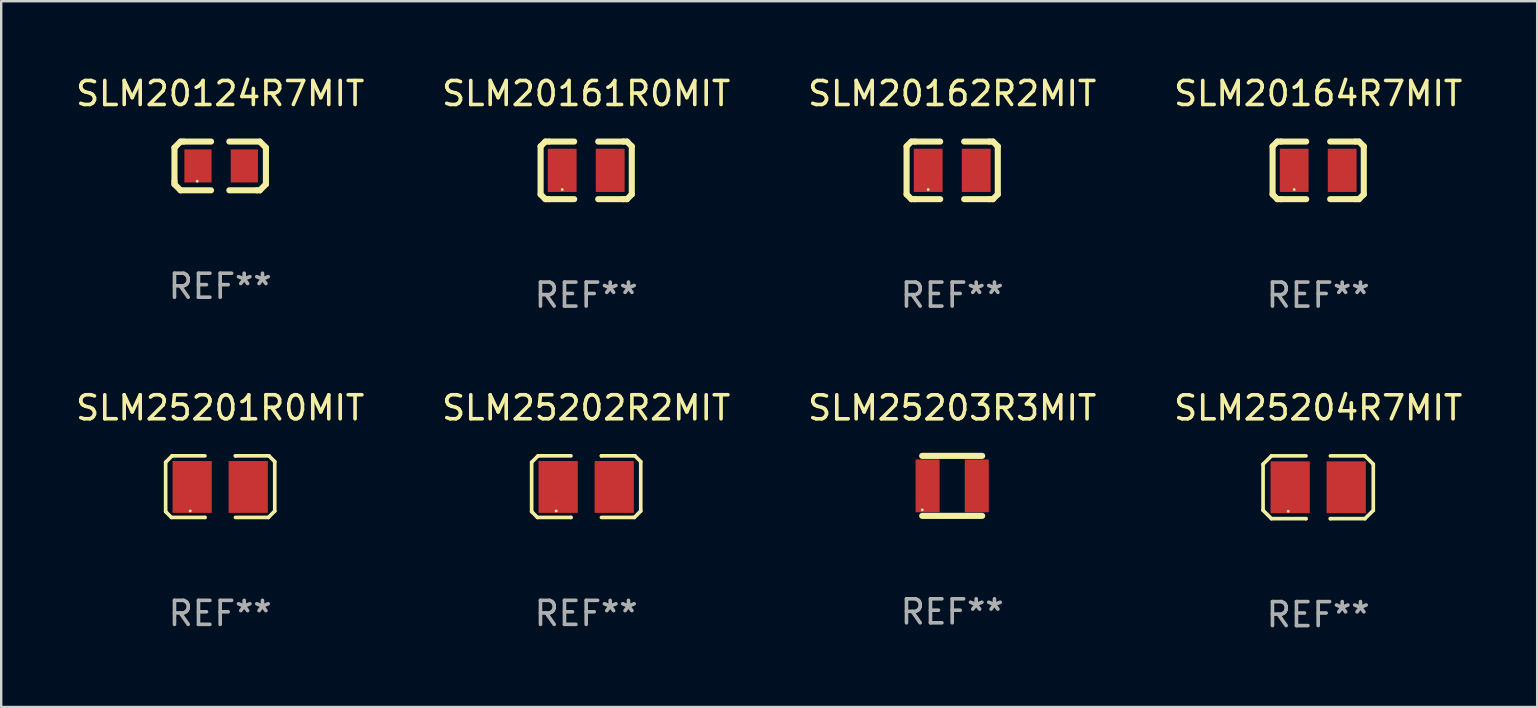
<source format=kicad_pcb>
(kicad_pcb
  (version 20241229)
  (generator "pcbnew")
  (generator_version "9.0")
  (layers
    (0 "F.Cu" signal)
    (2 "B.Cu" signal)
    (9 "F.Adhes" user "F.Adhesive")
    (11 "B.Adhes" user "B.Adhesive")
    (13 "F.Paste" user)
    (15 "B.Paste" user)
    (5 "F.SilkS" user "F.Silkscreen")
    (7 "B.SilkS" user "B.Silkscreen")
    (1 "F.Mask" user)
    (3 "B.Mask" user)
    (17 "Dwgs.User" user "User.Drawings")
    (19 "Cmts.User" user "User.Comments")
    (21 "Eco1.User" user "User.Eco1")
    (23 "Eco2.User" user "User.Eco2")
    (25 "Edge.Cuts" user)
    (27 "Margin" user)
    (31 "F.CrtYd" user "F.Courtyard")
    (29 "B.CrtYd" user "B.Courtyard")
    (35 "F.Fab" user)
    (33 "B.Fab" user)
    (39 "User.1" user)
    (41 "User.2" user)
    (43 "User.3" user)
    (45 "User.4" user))
  (footprint "SLM25201R0MIT"
    (layer "F.Cu")
    (at 6.125 17.227)
    (property "Reference" "SLM25201R0MIT" (at 0 -3.283 0) (layer "F.SilkS") (effects (font (size 1 1) (thickness 0.15))))
    (attr through_hole)
    (fp_line (start -2.273 -1.016) (end -2.007 -1.283) (stroke (width 0.152) (type solid)) (layer "F.SilkS"))
    (fp_line (start -2.273 1.041) (end -2.273 -1.016) (stroke (width 0.152) (type solid)) (layer "F.SilkS"))
    (fp_line (start -2.032 1.283) (end -2.273 1.041) (stroke (width 0.152) (type solid)) (layer "F.SilkS"))
    (fp_line (start -2.007 -1.283) (end -0.635 -1.283) (stroke (width 0.152) (type solid)) (layer "F.SilkS"))
    (fp_line (start -0.635 1.283) (end -2.032 1.283) (stroke (width 0.152) (type solid)) (layer "F.SilkS"))
    (fp_line (start -0.635 1.283) (end -0.635 1.283) (stroke (width 0.152) (type solid)) (layer "F.SilkS"))
    (fp_line (start 0.635 -1.283) (end 0.635 -1.283) (stroke (width 0.152) (type solid)) (layer "F.SilkS"))
    (fp_line (start 0.635 -1.283) (end 2.032 -1.283) (stroke (width 0.152) (type solid)) (layer "F.SilkS"))
    (fp_line (start 2.007 1.283) (end 0.635 1.283) (stroke (width 0.152) (type solid)) (layer "F.SilkS"))
    (fp_line (start 2.032 -1.283) (end 2.273 -1.041) (stroke (width 0.152) (type solid)) (layer "F.SilkS"))
    (fp_line (start 2.273 -1.041) (end 2.273 1.016) (stroke (width 0.152) (type solid)) (layer "F.SilkS"))
    (fp_line (start 2.273 1.016) (end 2.007 1.283) (stroke (width 0.152) (type solid)) (layer "F.SilkS"))
    (fp_circle (center -1.25 1.013) (end -1.22 1.013) (stroke (width 0.06) (type solid)) (fill no) (layer "F.SilkS"))
    (fp_text user "REF**" (at 0 5.283 0) (layer "F.Fab") (effects (font (size 1 1) (thickness 0.15))))
    (pad "1" smd rect (at -1.167 0.013) (size 1.635 2.16) (layers "F.Cu" "F.Mask" "F.Paste"))
    (pad "2" smd rect (at 1.168 0.013) (size 1.635 2.16) (layers "F.Cu" "F.Mask" "F.Paste")))
  (footprint "SLM25204R7MIT"
    (layer "F.Cu")
    (at 51.875 17.253)
    (property "Reference" "SLM25204R7MIT" (at 0 -3.308 0) (layer "F.SilkS") (effects (font (size 1 1) (thickness 0.15))))
    (attr through_hole)
    (fp_line (start -2.296 -0.96) (end -1.948 -1.308) (stroke (width 0.152) (type solid)) (layer "F.SilkS"))
    (fp_line (start -2.296 0.96) (end -2.296 -0.96) (stroke (width 0.152) (type solid)) (layer "F.SilkS"))
    (fp_line (start -1.948 -1.308) (end -0.508 -1.308) (stroke (width 0.152) (type solid)) (layer "F.SilkS"))
    (fp_line (start -1.948 1.308) (end -2.296 0.96) (stroke (width 0.152) (type solid)) (layer "F.SilkS"))
    (fp_line (start -0.508 1.308) (end -1.948 1.308) (stroke (width 0.152) (type solid)) (layer "F.SilkS"))
    (fp_line (start -0.508 1.308) (end -0.508 1.308) (stroke (width 0.152) (type solid)) (layer "F.SilkS"))
    (fp_line (start 0.508 1.308) (end 0.508 1.308) (stroke (width 0.152) (type solid)) (layer "F.SilkS"))
    (fp_line (start 0.508 1.308) (end 1.948 1.308) (stroke (width 0.152) (type solid)) (layer "F.SilkS"))
    (fp_line (start 1.948 -1.308) (end 0.508 -1.308) (stroke (width 0.152) (type solid)) (layer "F.SilkS"))
    (fp_line (start 1.948 1.308) (end 2.296 0.963) (stroke (width 0.152) (type solid)) (layer "F.SilkS"))
    (fp_line (start 2.296 -0.963) (end 1.948 -1.308) (stroke (width 0.152) (type solid)) (layer "F.SilkS"))
    (fp_line (start 2.296 0.963) (end 2.296 -0.963) (stroke (width 0.152) (type solid)) (layer "F.SilkS"))
    (fp_circle (center -1.25 1) (end -1.22 1) (stroke (width 0.06) (type solid)) (fill no) (layer "F.SilkS"))
    (fp_text user "REF**" (at 0 5.308 0) (layer "F.Fab") (effects (font (size 1 1) (thickness 0.15))))
    (pad "1" smd rect (at -1.168 0.000025) (size 1.635 2.16) (layers "F.Cu" "F.Mask" "F.Paste"))
    (pad "2" smd rect (at 1.168 0.000025) (size 1.635 2.16) (layers "F.Cu" "F.Mask" "F.Paste")))
  (footprint "SLM20164R7MIT"
    (layer "F.Cu")
    (at 51.875 4.048)
    (property "Reference" "SLM20164R7MIT" (at 0 -3.2 0) (layer "F.SilkS") (effects (font (size 1 1) (thickness 0.15))))
    (attr through_hole)
    (fp_line (start -1.9 -1) (end -1.9 1) (stroke (width 0.254) (type solid)) (layer "F.SilkS"))
    (fp_line (start -1.7 -1.2) (end -1.9 -1) (stroke (width 0.254) (type solid)) (layer "F.SilkS"))
    (fp_line (start -1.7 1.2) (end -1.9 1) (stroke (width 0.254) (type solid)) (layer "F.SilkS"))
    (fp_line (start -1.55 -1.2) (end -1.7 -1.2) (stroke (width 0.254) (type solid)) (layer "F.SilkS"))
    (fp_line (start -1.55 1.2) (end -1.7 1.2) (stroke (width 0.254) (type solid)) (layer "F.SilkS"))
    (fp_line (start -0.5 -1.2) (end -1.55 -1.2) (stroke (width 0.254) (type solid)) (layer "F.SilkS"))
    (fp_line (start -0.5 1.2) (end -1.55 1.2) (stroke (width 0.254) (type solid)) (layer "F.SilkS"))
    (fp_line (start 0.5 -1.2) (end 1.55 -1.2) (stroke (width 0.254) (type solid)) (layer "F.SilkS"))
    (fp_line (start 0.5 1.2) (end 1.55 1.2) (stroke (width 0.254) (type solid)) (layer "F.SilkS"))
    (fp_line (start 1.55 -1.2) (end 1.7 -1.2) (stroke (width 0.254) (type solid)) (layer "F.SilkS"))
    (fp_line (start 1.55 1.2) (end 1.7 1.2) (stroke (width 0.254) (type solid)) (layer "F.SilkS"))
    (fp_line (start 1.7 -1.2) (end 1.9 -1) (stroke (width 0.254) (type solid)) (layer "F.SilkS"))
    (fp_line (start 1.7 1.2) (end 1.9 1) (stroke (width 0.254) (type solid)) (layer "F.SilkS"))
    (fp_line (start 1.9 -1) (end 1.9 1) (stroke (width 0.254) (type solid)) (layer "F.SilkS"))
    (fp_circle (center -1 0.8) (end -0.97 0.8) (stroke (width 0.06) (type solid)) (fill no) (layer "F.SilkS"))
    (fp_text user "REF**" (at 0 5.2 0) (layer "F.Fab") (effects (font (size 1 1) (thickness 0.15))))
    (pad "1" smd rect (at -1 0) (size 1.2 1.8) (layers "F.Cu" "F.Mask" "F.Paste"))
    (pad "2" smd rect (at 1 0) (size 1.2 1.8) (layers "F.Cu" "F.Mask" "F.Paste")))
  (footprint "SLM25203R3MIT"
    (layer "F.Cu")
    (at 36.625 17.195)
    (property "Reference" "SLM25203R3MIT" (at 0 -3.25 0) (layer "F.SilkS") (effects (font (size 1 1) (thickness 0.15))))
    (attr through_hole)
    (fp_line (start -1.25 -1.25) (end 1.25 -1.25) (stroke (width 0.254) (type solid)) (layer "F.SilkS"))
    (fp_line (start -1.25 1.25) (end 1.25 1.25) (stroke (width 0.254) (type solid)) (layer "F.SilkS"))
    (fp_circle (center -1.25 1) (end -1.22 1) (stroke (width 0.06) (type solid)) (fill no) (layer "F.SilkS"))
    (fp_text user "REF**" (at 0 5.25 0) (layer "F.Fab") (effects (font (size 1 1) (thickness 0.15))))
    (pad "1" smd rect (at -1.025 0) (size 1 2.2) (layers "F.Cu" "F.Mask" "F.Paste"))
    (pad "2" smd rect (at 1.025 0) (size 1 2.2) (layers "F.Cu" "F.Mask" "F.Paste")))
  (footprint "SLM20162R2MIT"
    (layer "F.Cu")
    (at 36.625 4.048)
    (property "Reference" "SLM20162R2MIT" (at 0 -3.2 0) (layer "F.SilkS") (effects (font (size 1 1) (thickness 0.15))))
    (attr through_hole)
    (fp_line (start -1.9 -1) (end -1.9 1) (stroke (width 0.254) (type solid)) (layer "F.SilkS"))
    (fp_line (start -1.7 -1.2) (end -1.9 -1) (stroke (width 0.254) (type solid)) (layer "F.SilkS"))
    (fp_line (start -1.7 1.2) (end -1.9 1) (stroke (width 0.254) (type solid)) (layer "F.SilkS"))
    (fp_line (start -1.55 -1.2) (end -1.7 -1.2) (stroke (width 0.254) (type solid)) (layer "F.SilkS"))
    (fp_line (start -1.55 1.2) (end -1.7 1.2) (stroke (width 0.254) (type solid)) (layer "F.SilkS"))
    (fp_line (start -0.5 -1.2) (end -1.55 -1.2) (stroke (width 0.254) (type solid)) (layer "F.SilkS"))
    (fp_line (start -0.5 1.2) (end -1.55 1.2) (stroke (width 0.254) (type solid)) (layer "F.SilkS"))
    (fp_line (start 0.5 -1.2) (end 1.55 -1.2) (stroke (width 0.254) (type solid)) (layer "F.SilkS"))
    (fp_line (start 0.5 1.2) (end 1.55 1.2) (stroke (width 0.254) (type solid)) (layer "F.SilkS"))
    (fp_line (start 1.55 -1.2) (end 1.7 -1.2) (stroke (width 0.254) (type solid)) (layer "F.SilkS"))
    (fp_line (start 1.55 1.2) (end 1.7 1.2) (stroke (width 0.254) (type solid)) (layer "F.SilkS"))
    (fp_line (start 1.7 -1.2) (end 1.9 -1) (stroke (width 0.254) (type solid)) (layer "F.SilkS"))
    (fp_line (start 1.7 1.2) (end 1.9 1) (stroke (width 0.254) (type solid)) (layer "F.SilkS"))
    (fp_line (start 1.9 -1) (end 1.9 1) (stroke (width 0.254) (type solid)) (layer "F.SilkS"))
    (fp_circle (center -1 0.8) (end -0.97 0.8) (stroke (width 0.06) (type solid)) (fill no) (layer "F.SilkS"))
    (fp_text user "REF**" (at 0 5.2 0) (layer "F.Fab") (effects (font (size 1 1) (thickness 0.15))))
    (pad "1" smd rect (at -1 0) (size 1.2 1.8) (layers "F.Cu" "F.Mask" "F.Paste"))
    (pad "2" smd rect (at 1 0) (size 1.2 1.8) (layers "F.Cu" "F.Mask" "F.Paste")))
  (footprint "SLM25202R2MIT"
    (layer "F.Cu")
    (at 21.375 17.227)
    (property "Reference" "SLM25202R2MIT" (at 0 -3.283 0) (layer "F.SilkS") (effects (font (size 1 1) (thickness 0.15))))
    (attr through_hole)
    (fp_line (start -2.273 -1.016) (end -2.007 -1.283) (stroke (width 0.152) (type solid)) (layer "F.SilkS"))
    (fp_line (start -2.273 1.041) (end -2.273 -1.016) (stroke (width 0.152) (type solid)) (layer "F.SilkS"))
    (fp_line (start -2.032 1.283) (end -2.273 1.041) (stroke (width 0.152) (type solid)) (layer "F.SilkS"))
    (fp_line (start -2.007 -1.283) (end -0.635 -1.283) (stroke (width 0.152) (type solid)) (layer "F.SilkS"))
    (fp_line (start -0.635 1.283) (end -2.032 1.283) (stroke (width 0.152) (type solid)) (layer "F.SilkS"))
    (fp_line (start -0.635 1.283) (end -0.635 1.283) (stroke (width 0.152) (type solid)) (layer "F.SilkS"))
    (fp_line (start 0.635 -1.283) (end 0.635 -1.283) (stroke (width 0.152) (type solid)) (layer "F.SilkS"))
    (fp_line (start 0.635 -1.283) (end 2.032 -1.283) (stroke (width 0.152) (type solid)) (layer "F.SilkS"))
    (fp_line (start 2.007 1.283) (end 0.635 1.283) (stroke (width 0.152) (type solid)) (layer "F.SilkS"))
    (fp_line (start 2.032 -1.283) (end 2.273 -1.041) (stroke (width 0.152) (type solid)) (layer "F.SilkS"))
    (fp_line (start 2.273 -1.041) (end 2.273 1.016) (stroke (width 0.152) (type solid)) (layer "F.SilkS"))
    (fp_line (start 2.273 1.016) (end 2.007 1.283) (stroke (width 0.152) (type solid)) (layer "F.SilkS"))
    (fp_circle (center -1.25 1.013) (end -1.22 1.013) (stroke (width 0.06) (type solid)) (fill no) (layer "F.SilkS"))
    (fp_text user "REF**" (at 0 5.283 0) (layer "F.Fab") (effects (font (size 1 1) (thickness 0.15))))
    (pad "1" smd rect (at -1.167 0.013) (size 1.635 2.16) (layers "F.Cu" "F.Mask" "F.Paste"))
    (pad "2" smd rect (at 1.168 0.013) (size 1.635 2.16) (layers "F.Cu" "F.Mask" "F.Paste")))
  (footprint "SLM20124R7MIT"
    (layer "F.Cu")
    (at 6.125 3.864)
    (property "Reference" "SLM20124R7MIT" (at 0 -3.016 0) (layer "F.SilkS") (effects (font (size 1 1) (thickness 0.15))))
    (attr through_hole)
    (fp_line (start -1.905 -0.762) (end -1.905 0.635) (stroke (width 0.254) (type solid)) (layer "F.SilkS"))
    (fp_line (start -1.905 0.635) (end -1.905 0.762) (stroke (width 0.254) (type solid)) (layer "F.SilkS"))
    (fp_line (start -1.905 0.762) (end -1.651 1.016) (stroke (width 0.254) (type solid)) (layer "F.SilkS"))
    (fp_line (start -1.651 -1.016) (end -1.905 -0.762) (stroke (width 0.254) (type solid)) (layer "F.SilkS"))
    (fp_line (start -1.651 1.016) (end -0.381 1.016) (stroke (width 0.254) (type solid)) (layer "F.SilkS"))
    (fp_line (start -1.524 -1.016) (end -1.651 -1.016) (stroke (width 0.254) (type solid)) (layer "F.SilkS"))
    (fp_line (start -0.381 -1.016) (end -1.524 -1.016) (stroke (width 0.254) (type solid)) (layer "F.SilkS"))
    (fp_line (start 0.381 1.016) (end 1.524 1.016) (stroke (width 0.254) (type solid)) (layer "F.SilkS"))
    (fp_line (start 1.524 1.016) (end 1.651 1.016) (stroke (width 0.254) (type solid)) (layer "F.SilkS"))
    (fp_line (start 1.651 -1.016) (end 0.381 -1.016) (stroke (width 0.254) (type solid)) (layer "F.SilkS"))
    (fp_line (start 1.651 1.016) (end 1.905 0.762) (stroke (width 0.254) (type solid)) (layer "F.SilkS"))
    (fp_line (start 1.905 -0.762) (end 1.651 -1.016) (stroke (width 0.254) (type solid)) (layer "F.SilkS"))
    (fp_line (start 1.905 -0.635) (end 1.905 -0.762) (stroke (width 0.254) (type solid)) (layer "F.SilkS"))
    (fp_line (start 1.905 0.762) (end 1.905 -0.635) (stroke (width 0.254) (type solid)) (layer "F.SilkS"))
    (fp_circle (center -0.96 0.637) (end -0.93 0.637) (stroke (width 0.06) (type solid)) (fill no) (layer "F.SilkS"))
    (fp_text user "REF**" (at 0 5.016 0) (layer "F.Fab") (effects (font (size 1 1) (thickness 0.15))))
    (pad "1" smd rect (at -0.926 -0.000051) (size 1.133 1.377) (layers "F.Cu" "F.Mask" "F.Paste"))
    (pad "2" smd rect (at 1.006 -0.000051) (size 1.133 1.377) (layers "F.Cu" "F.Mask" "F.Paste")))
  (footprint "SLM20161R0MIT"
    (layer "F.Cu")
    (at 21.375 4.048)
    (property "Reference" "SLM20161R0MIT" (at 0 -3.2 0) (layer "F.SilkS") (effects (font (size 1 1) (thickness 0.15))))
    (attr through_hole)
    (fp_line (start -1.9 -1) (end -1.9 1) (stroke (width 0.254) (type solid)) (layer "F.SilkS"))
    (fp_line (start -1.7 -1.2) (end -1.9 -1) (stroke (width 0.254) (type solid)) (layer "F.SilkS"))
    (fp_line (start -1.7 1.2) (end -1.9 1) (stroke (width 0.254) (type solid)) (layer "F.SilkS"))
    (fp_line (start -1.55 -1.2) (end -1.7 -1.2) (stroke (width 0.254) (type solid)) (layer "F.SilkS"))
    (fp_line (start -1.55 1.2) (end -1.7 1.2) (stroke (width 0.254) (type solid)) (layer "F.SilkS"))
    (fp_line (start -0.5 -1.2) (end -1.55 -1.2) (stroke (width 0.254) (type solid)) (layer "F.SilkS"))
    (fp_line (start -0.5 1.2) (end -1.55 1.2) (stroke (width 0.254) (type solid)) (layer "F.SilkS"))
    (fp_line (start 0.5 -1.2) (end 1.55 -1.2) (stroke (width 0.254) (type solid)) (layer "F.SilkS"))
    (fp_line (start 0.5 1.2) (end 1.55 1.2) (stroke (width 0.254) (type solid)) (layer "F.SilkS"))
    (fp_line (start 1.55 -1.2) (end 1.7 -1.2) (stroke (width 0.254) (type solid)) (layer "F.SilkS"))
    (fp_line (start 1.55 1.2) (end 1.7 1.2) (stroke (width 0.254) (type solid)) (layer "F.SilkS"))
    (fp_line (start 1.7 -1.2) (end 1.9 -1) (stroke (width 0.254) (type solid)) (layer "F.SilkS"))
    (fp_line (start 1.7 1.2) (end 1.9 1) (stroke (width 0.254) (type solid)) (layer "F.SilkS"))
    (fp_line (start 1.9 -1) (end 1.9 1) (stroke (width 0.254) (type solid)) (layer "F.SilkS"))
    (fp_circle (center -1 0.8) (end -0.97 0.8) (stroke (width 0.06) (type solid)) (fill no) (layer "F.SilkS"))
    (fp_text user "REF**" (at 0 5.2 0) (layer "F.Fab") (effects (font (size 1 1) (thickness 0.15))))
    (pad "1" smd rect (at -1 0) (size 1.2 1.8) (layers "F.Cu" "F.Mask" "F.Paste"))
    (pad "2" smd rect (at 1 0) (size 1.2 1.8) (layers "F.Cu" "F.Mask" "F.Paste")))
  (gr_rect
    (start -3 -3)
    (end 61 26.409)
    (stroke (width 0.1) (type default))
    (fill no)
    (layer "Edge.Cuts")))
</source>
